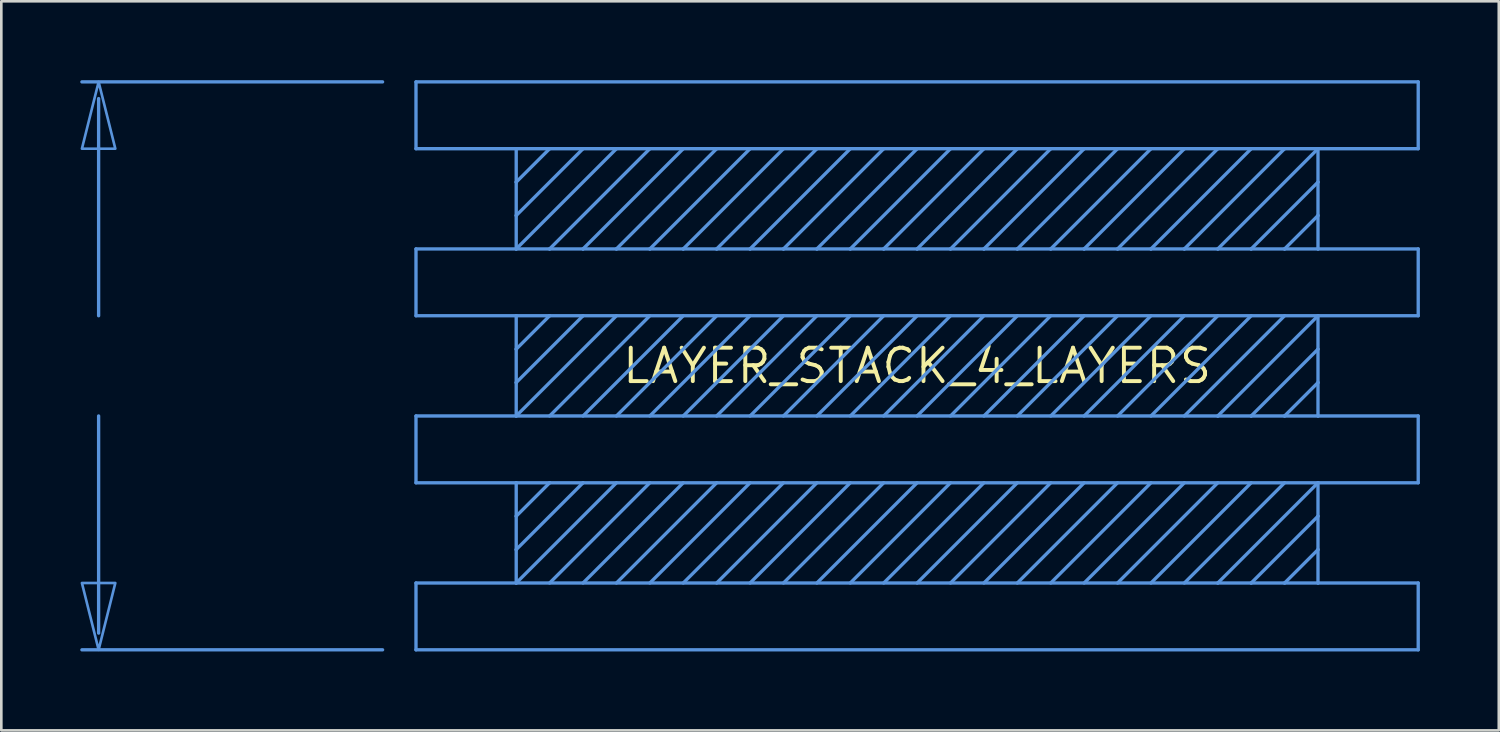
<source format=kicad_pcb>
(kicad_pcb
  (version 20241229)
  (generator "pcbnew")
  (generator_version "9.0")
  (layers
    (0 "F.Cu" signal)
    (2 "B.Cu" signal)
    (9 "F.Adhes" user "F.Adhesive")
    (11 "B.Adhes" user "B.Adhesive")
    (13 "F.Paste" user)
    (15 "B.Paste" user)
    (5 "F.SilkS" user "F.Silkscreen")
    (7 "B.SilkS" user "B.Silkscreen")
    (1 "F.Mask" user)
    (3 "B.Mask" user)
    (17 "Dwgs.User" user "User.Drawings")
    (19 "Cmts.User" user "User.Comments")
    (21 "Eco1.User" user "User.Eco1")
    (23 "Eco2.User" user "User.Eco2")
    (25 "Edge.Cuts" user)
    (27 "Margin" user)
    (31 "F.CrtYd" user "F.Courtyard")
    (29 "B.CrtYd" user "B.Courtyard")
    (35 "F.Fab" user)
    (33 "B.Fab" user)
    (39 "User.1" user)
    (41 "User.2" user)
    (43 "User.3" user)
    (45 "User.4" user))
  (footprint "LAYER_STACK_4_LAYERS"
    (layer "F.Cu")
    (at 31.814 10.858)
    (property "Reference" "LAYER_STACK_4_LAYERS" (at 0 0 0) (layer "F.SilkS") (effects (font (size 1.27 1.27) (thickness 0.15))))
    (attr through_hole)
    (fp_line (start -31.115 -10.16) (end -31.115 -1.905) (stroke (width 0.127) (type solid)) (layer "Cmts.User"))
    (fp_line (start -31.115 1.905) (end -31.115 10.16) (stroke (width 0.127) (type solid)) (layer "Cmts.User"))
    (fp_line (start -20.32 -10.795) (end -31.75 -10.795) (stroke (width 0.127) (type solid)) (layer "Cmts.User"))
    (fp_line (start -20.32 10.795) (end -31.75 10.795) (stroke (width 0.127) (type solid)) (layer "Cmts.User"))
    (fp_line (start -19.05 -10.795) (end -19.05 -8.255) (stroke (width 0.127) (type solid)) (layer "Cmts.User"))
    (fp_line (start -19.05 -8.255) (end -15.24 -8.255) (stroke (width 0.127) (type solid)) (layer "Cmts.User"))
    (fp_line (start -19.05 -4.445) (end -15.24 -4.445) (stroke (width 0.127) (type solid)) (layer "Cmts.User"))
    (fp_line (start -19.05 -1.905) (end -19.05 -4.445) (stroke (width 0.127) (type solid)) (layer "Cmts.User"))
    (fp_line (start -19.05 1.905) (end -19.05 4.445) (stroke (width 0.127) (type solid)) (layer "Cmts.User"))
    (fp_line (start -19.05 4.445) (end -15.24 4.445) (stroke (width 0.127) (type solid)) (layer "Cmts.User"))
    (fp_line (start -19.05 8.255) (end -15.24 8.255) (stroke (width 0.127) (type solid)) (layer "Cmts.User"))
    (fp_line (start -19.05 10.795) (end -19.05 8.255) (stroke (width 0.127) (type solid)) (layer "Cmts.User"))
    (fp_line (start -15.24 -8.255) (end -15.24 -6.985) (stroke (width 0.127) (type solid)) (layer "Cmts.User"))
    (fp_line (start -15.24 -6.985) (end -15.24 -5.715) (stroke (width 0.127) (type solid)) (layer "Cmts.User"))
    (fp_line (start -15.24 -6.985) (end -13.97 -8.255) (stroke (width 0.127) (type solid)) (layer "Cmts.User"))
    (fp_line (start -15.24 -5.715) (end -15.24 -4.445) (stroke (width 0.127) (type solid)) (layer "Cmts.User"))
    (fp_line (start -15.24 -5.715) (end -12.7 -8.255) (stroke (width 0.127) (type solid)) (layer "Cmts.User"))
    (fp_line (start -15.24 -4.445) (end -13.97 -4.445) (stroke (width 0.127) (type solid)) (layer "Cmts.User"))
    (fp_line (start -15.24 -4.445) (end -11.43 -8.255) (stroke (width 0.127) (type solid)) (layer "Cmts.User"))
    (fp_line (start -15.24 -1.905) (end -19.05 -1.905) (stroke (width 0.127) (type solid)) (layer "Cmts.User"))
    (fp_line (start -15.24 -0.635) (end -15.24 -1.905) (stroke (width 0.127) (type solid)) (layer "Cmts.User"))
    (fp_line (start -15.24 -0.635) (end -13.97 -1.905) (stroke (width 0.127) (type solid)) (layer "Cmts.User"))
    (fp_line (start -15.24 0.635) (end -15.24 -0.635) (stroke (width 0.127) (type solid)) (layer "Cmts.User"))
    (fp_line (start -15.24 0.635) (end -12.7 -1.905) (stroke (width 0.127) (type solid)) (layer "Cmts.User"))
    (fp_line (start -15.24 1.905) (end -19.05 1.905) (stroke (width 0.127) (type solid)) (layer "Cmts.User"))
    (fp_line (start -15.24 1.905) (end -15.24 0.635) (stroke (width 0.127) (type solid)) (layer "Cmts.User"))
    (fp_line (start -15.24 1.905) (end -11.43 -1.905) (stroke (width 0.127) (type solid)) (layer "Cmts.User"))
    (fp_line (start -15.24 4.445) (end -13.97 4.445) (stroke (width 0.127) (type solid)) (layer "Cmts.User"))
    (fp_line (start -15.24 5.715) (end -15.24 4.445) (stroke (width 0.127) (type solid)) (layer "Cmts.User"))
    (fp_line (start -15.24 5.715) (end -13.97 4.445) (stroke (width 0.127) (type solid)) (layer "Cmts.User"))
    (fp_line (start -15.24 6.985) (end -15.24 5.715) (stroke (width 0.127) (type solid)) (layer "Cmts.User"))
    (fp_line (start -15.24 6.985) (end -12.7 4.445) (stroke (width 0.127) (type solid)) (layer "Cmts.User"))
    (fp_line (start -15.24 8.255) (end -15.24 6.985) (stroke (width 0.127) (type solid)) (layer "Cmts.User"))
    (fp_line (start -15.24 8.255) (end -11.43 4.445) (stroke (width 0.127) (type solid)) (layer "Cmts.User"))
    (fp_line (start -13.97 -8.255) (end -15.24 -8.255) (stroke (width 0.127) (type solid)) (layer "Cmts.User"))
    (fp_line (start -13.97 -4.445) (end -12.7 -4.445) (stroke (width 0.127) (type solid)) (layer "Cmts.User"))
    (fp_line (start -13.97 -4.445) (end -10.16 -8.255) (stroke (width 0.127) (type solid)) (layer "Cmts.User"))
    (fp_line (start -13.97 -1.905) (end -15.24 -1.905) (stroke (width 0.127) (type solid)) (layer "Cmts.User"))
    (fp_line (start -13.97 1.905) (end -10.16 -1.905) (stroke (width 0.127) (type solid)) (layer "Cmts.User"))
    (fp_line (start -13.97 4.445) (end -12.7 4.445) (stroke (width 0.127) (type solid)) (layer "Cmts.User"))
    (fp_line (start -13.97 8.255) (end -10.16 4.445) (stroke (width 0.127) (type solid)) (layer "Cmts.User"))
    (fp_line (start -12.7 -8.255) (end -13.97 -8.255) (stroke (width 0.127) (type solid)) (layer "Cmts.User"))
    (fp_line (start -12.7 -4.445) (end -11.43 -4.445) (stroke (width 0.127) (type solid)) (layer "Cmts.User"))
    (fp_line (start -12.7 -4.445) (end -8.89 -8.255) (stroke (width 0.127) (type solid)) (layer "Cmts.User"))
    (fp_line (start -12.7 -1.905) (end -13.97 -1.905) (stroke (width 0.127) (type solid)) (layer "Cmts.User"))
    (fp_line (start -12.7 1.905) (end -8.89 -1.905) (stroke (width 0.127) (type solid)) (layer "Cmts.User"))
    (fp_line (start -12.7 4.445) (end 15.24 4.445) (stroke (width 0.127) (type solid)) (layer "Cmts.User"))
    (fp_line (start -12.7 8.255) (end -8.89 4.445) (stroke (width 0.127) (type solid)) (layer "Cmts.User"))
    (fp_line (start -11.43 -8.255) (end -12.7 -8.255) (stroke (width 0.127) (type solid)) (layer "Cmts.User"))
    (fp_line (start -11.43 -4.445) (end -10.16 -4.445) (stroke (width 0.127) (type solid)) (layer "Cmts.User"))
    (fp_line (start -11.43 -4.445) (end -7.62 -8.255) (stroke (width 0.127) (type solid)) (layer "Cmts.User"))
    (fp_line (start -11.43 1.905) (end -7.62 -1.905) (stroke (width 0.127) (type solid)) (layer "Cmts.User"))
    (fp_line (start -11.43 8.255) (end -7.62 4.445) (stroke (width 0.127) (type solid)) (layer "Cmts.User"))
    (fp_line (start -10.16 -8.255) (end -11.43 -8.255) (stroke (width 0.127) (type solid)) (layer "Cmts.User"))
    (fp_line (start -10.16 -4.445) (end -8.89 -4.445) (stroke (width 0.127) (type solid)) (layer "Cmts.User"))
    (fp_line (start -10.16 -4.445) (end -6.35 -8.255) (stroke (width 0.127) (type solid)) (layer "Cmts.User"))
    (fp_line (start -10.16 1.905) (end -6.35 -1.905) (stroke (width 0.127) (type solid)) (layer "Cmts.User"))
    (fp_line (start -10.16 8.255) (end -6.35 4.445) (stroke (width 0.127) (type solid)) (layer "Cmts.User"))
    (fp_line (start -8.89 -8.255) (end -10.16 -8.255) (stroke (width 0.127) (type solid)) (layer "Cmts.User"))
    (fp_line (start -8.89 -4.445) (end -7.62 -4.445) (stroke (width 0.127) (type solid)) (layer "Cmts.User"))
    (fp_line (start -8.89 -4.445) (end -5.08 -8.255) (stroke (width 0.127) (type solid)) (layer "Cmts.User"))
    (fp_line (start -8.89 1.905) (end -5.08 -1.905) (stroke (width 0.127) (type solid)) (layer "Cmts.User"))
    (fp_line (start -8.89 8.255) (end -5.08 4.445) (stroke (width 0.127) (type solid)) (layer "Cmts.User"))
    (fp_line (start -7.62 -8.255) (end -8.89 -8.255) (stroke (width 0.127) (type solid)) (layer "Cmts.User"))
    (fp_line (start -7.62 -4.445) (end -6.35 -4.445) (stroke (width 0.127) (type solid)) (layer "Cmts.User"))
    (fp_line (start -7.62 -4.445) (end -3.81 -8.255) (stroke (width 0.127) (type solid)) (layer "Cmts.User"))
    (fp_line (start -7.62 1.905) (end -3.81 -1.905) (stroke (width 0.127) (type solid)) (layer "Cmts.User"))
    (fp_line (start -7.62 8.255) (end -3.81 4.445) (stroke (width 0.127) (type solid)) (layer "Cmts.User"))
    (fp_line (start -6.35 -8.255) (end -7.62 -8.255) (stroke (width 0.127) (type solid)) (layer "Cmts.User"))
    (fp_line (start -6.35 -4.445) (end -5.08 -4.445) (stroke (width 0.127) (type solid)) (layer "Cmts.User"))
    (fp_line (start -6.35 -4.445) (end -2.54 -8.255) (stroke (width 0.127) (type solid)) (layer "Cmts.User"))
    (fp_line (start -6.35 1.905) (end -2.54 -1.905) (stroke (width 0.127) (type solid)) (layer "Cmts.User"))
    (fp_line (start -6.35 8.255) (end -2.54 4.445) (stroke (width 0.127) (type solid)) (layer "Cmts.User"))
    (fp_line (start -5.08 -8.255) (end -6.35 -8.255) (stroke (width 0.127) (type solid)) (layer "Cmts.User"))
    (fp_line (start -5.08 -4.445) (end -3.81 -4.445) (stroke (width 0.127) (type solid)) (layer "Cmts.User"))
    (fp_line (start -5.08 -4.445) (end -1.27 -8.255) (stroke (width 0.127) (type solid)) (layer "Cmts.User"))
    (fp_line (start -5.08 1.905) (end -1.27 -1.905) (stroke (width 0.127) (type solid)) (layer "Cmts.User"))
    (fp_line (start -5.08 8.255) (end -1.27 4.445) (stroke (width 0.127) (type solid)) (layer "Cmts.User"))
    (fp_line (start -3.81 -8.255) (end -5.08 -8.255) (stroke (width 0.127) (type solid)) (layer "Cmts.User"))
    (fp_line (start -3.81 -4.445) (end -2.54 -4.445) (stroke (width 0.127) (type solid)) (layer "Cmts.User"))
    (fp_line (start -3.81 -4.445) (end 0 -8.255) (stroke (width 0.127) (type solid)) (layer "Cmts.User"))
    (fp_line (start -3.81 1.905) (end 0 -1.905) (stroke (width 0.127) (type solid)) (layer "Cmts.User"))
    (fp_line (start -3.81 8.255) (end 0 4.445) (stroke (width 0.127) (type solid)) (layer "Cmts.User"))
    (fp_line (start -2.54 -8.255) (end -3.81 -8.255) (stroke (width 0.127) (type solid)) (layer "Cmts.User"))
    (fp_line (start -2.54 -4.445) (end -1.27 -4.445) (stroke (width 0.127) (type solid)) (layer "Cmts.User"))
    (fp_line (start -2.54 -4.445) (end 1.27 -8.255) (stroke (width 0.127) (type solid)) (layer "Cmts.User"))
    (fp_line (start -2.54 1.905) (end 1.27 -1.905) (stroke (width 0.127) (type solid)) (layer "Cmts.User"))
    (fp_line (start -2.54 8.255) (end 1.27 4.445) (stroke (width 0.127) (type solid)) (layer "Cmts.User"))
    (fp_line (start -1.27 -8.255) (end -2.54 -8.255) (stroke (width 0.127) (type solid)) (layer "Cmts.User"))
    (fp_line (start -1.27 -4.445) (end 0 -4.445) (stroke (width 0.127) (type solid)) (layer "Cmts.User"))
    (fp_line (start -1.27 -4.445) (end 2.54 -8.255) (stroke (width 0.127) (type solid)) (layer "Cmts.User"))
    (fp_line (start -1.27 1.905) (end 2.54 -1.905) (stroke (width 0.127) (type solid)) (layer "Cmts.User"))
    (fp_line (start -1.27 8.255) (end 2.54 4.445) (stroke (width 0.127) (type solid)) (layer "Cmts.User"))
    (fp_line (start 0 -8.255) (end -1.27 -8.255) (stroke (width 0.127) (type solid)) (layer "Cmts.User"))
    (fp_line (start 0 -4.445) (end 1.27 -4.445) (stroke (width 0.127) (type solid)) (layer "Cmts.User"))
    (fp_line (start 0 -4.445) (end 3.81 -8.255) (stroke (width 0.127) (type solid)) (layer "Cmts.User"))
    (fp_line (start 0 1.905) (end 3.81 -1.905) (stroke (width 0.127) (type solid)) (layer "Cmts.User"))
    (fp_line (start 0 8.255) (end 3.81 4.445) (stroke (width 0.127) (type solid)) (layer "Cmts.User"))
    (fp_line (start 1.27 -8.255) (end 0 -8.255) (stroke (width 0.127) (type solid)) (layer "Cmts.User"))
    (fp_line (start 1.27 -4.445) (end 2.54 -4.445) (stroke (width 0.127) (type solid)) (layer "Cmts.User"))
    (fp_line (start 1.27 -4.445) (end 5.08 -8.255) (stroke (width 0.127) (type solid)) (layer "Cmts.User"))
    (fp_line (start 1.27 1.905) (end 5.08 -1.905) (stroke (width 0.127) (type solid)) (layer "Cmts.User"))
    (fp_line (start 1.27 8.255) (end 5.08 4.445) (stroke (width 0.127) (type solid)) (layer "Cmts.User"))
    (fp_line (start 2.54 -8.255) (end 1.27 -8.255) (stroke (width 0.127) (type solid)) (layer "Cmts.User"))
    (fp_line (start 2.54 -4.445) (end 3.81 -4.445) (stroke (width 0.127) (type solid)) (layer "Cmts.User"))
    (fp_line (start 2.54 -4.445) (end 6.35 -8.255) (stroke (width 0.127) (type solid)) (layer "Cmts.User"))
    (fp_line (start 2.54 1.905) (end 6.35 -1.905) (stroke (width 0.127) (type solid)) (layer "Cmts.User"))
    (fp_line (start 2.54 8.255) (end 6.35 4.445) (stroke (width 0.127) (type solid)) (layer "Cmts.User"))
    (fp_line (start 3.81 -8.255) (end 2.54 -8.255) (stroke (width 0.127) (type solid)) (layer "Cmts.User"))
    (fp_line (start 3.81 -4.445) (end 5.08 -4.445) (stroke (width 0.127) (type solid)) (layer "Cmts.User"))
    (fp_line (start 3.81 -4.445) (end 7.62 -8.255) (stroke (width 0.127) (type solid)) (layer "Cmts.User"))
    (fp_line (start 3.81 1.905) (end 7.62 -1.905) (stroke (width 0.127) (type solid)) (layer "Cmts.User"))
    (fp_line (start 3.81 8.255) (end 7.62 4.445) (stroke (width 0.127) (type solid)) (layer "Cmts.User"))
    (fp_line (start 5.08 -8.255) (end 3.81 -8.255) (stroke (width 0.127) (type solid)) (layer "Cmts.User"))
    (fp_line (start 5.08 -4.445) (end 6.35 -4.445) (stroke (width 0.127) (type solid)) (layer "Cmts.User"))
    (fp_line (start 5.08 -4.445) (end 8.89 -8.255) (stroke (width 0.127) (type solid)) (layer "Cmts.User"))
    (fp_line (start 5.08 1.905) (end 8.89 -1.905) (stroke (width 0.127) (type solid)) (layer "Cmts.User"))
    (fp_line (start 5.08 8.255) (end 8.89 4.445) (stroke (width 0.127) (type solid)) (layer "Cmts.User"))
    (fp_line (start 6.35 -8.255) (end 5.08 -8.255) (stroke (width 0.127) (type solid)) (layer "Cmts.User"))
    (fp_line (start 6.35 -4.445) (end 7.62 -4.445) (stroke (width 0.127) (type solid)) (layer "Cmts.User"))
    (fp_line (start 6.35 -4.445) (end 10.16 -8.255) (stroke (width 0.127) (type solid)) (layer "Cmts.User"))
    (fp_line (start 6.35 1.905) (end 10.16 -1.905) (stroke (width 0.127) (type solid)) (layer "Cmts.User"))
    (fp_line (start 6.35 8.255) (end 10.16 4.445) (stroke (width 0.127) (type solid)) (layer "Cmts.User"))
    (fp_line (start 7.62 -8.255) (end 6.35 -8.255) (stroke (width 0.127) (type solid)) (layer "Cmts.User"))
    (fp_line (start 7.62 -4.445) (end 8.89 -4.445) (stroke (width 0.127) (type solid)) (layer "Cmts.User"))
    (fp_line (start 7.62 -4.445) (end 11.43 -8.255) (stroke (width 0.127) (type solid)) (layer "Cmts.User"))
    (fp_line (start 7.62 1.905) (end 11.43 -1.905) (stroke (width 0.127) (type solid)) (layer "Cmts.User"))
    (fp_line (start 7.62 8.255) (end 11.43 4.445) (stroke (width 0.127) (type solid)) (layer "Cmts.User"))
    (fp_line (start 8.89 -8.255) (end 7.62 -8.255) (stroke (width 0.127) (type solid)) (layer "Cmts.User"))
    (fp_line (start 8.89 -4.445) (end 10.16 -4.445) (stroke (width 0.127) (type solid)) (layer "Cmts.User"))
    (fp_line (start 8.89 -4.445) (end 12.7 -8.255) (stroke (width 0.127) (type solid)) (layer "Cmts.User"))
    (fp_line (start 8.89 1.905) (end 12.7 -1.905) (stroke (width 0.127) (type solid)) (layer "Cmts.User"))
    (fp_line (start 8.89 8.255) (end 12.7 4.445) (stroke (width 0.127) (type solid)) (layer "Cmts.User"))
    (fp_line (start 10.16 -8.255) (end 8.89 -8.255) (stroke (width 0.127) (type solid)) (layer "Cmts.User"))
    (fp_line (start 10.16 -4.445) (end 11.43 -4.445) (stroke (width 0.127) (type solid)) (layer "Cmts.User"))
    (fp_line (start 10.16 -4.445) (end 13.97 -8.255) (stroke (width 0.127) (type solid)) (layer "Cmts.User"))
    (fp_line (start 10.16 1.905) (end 13.97 -1.905) (stroke (width 0.127) (type solid)) (layer "Cmts.User"))
    (fp_line (start 10.16 8.255) (end 13.97 4.445) (stroke (width 0.127) (type solid)) (layer "Cmts.User"))
    (fp_line (start 11.43 -8.255) (end 10.16 -8.255) (stroke (width 0.127) (type solid)) (layer "Cmts.User"))
    (fp_line (start 11.43 -4.445) (end 12.7 -4.445) (stroke (width 0.127) (type solid)) (layer "Cmts.User"))
    (fp_line (start 11.43 -4.445) (end 15.24 -8.255) (stroke (width 0.127) (type solid)) (layer "Cmts.User"))
    (fp_line (start 11.43 1.905) (end -15.24 1.905) (stroke (width 0.127) (type solid)) (layer "Cmts.User"))
    (fp_line (start 11.43 1.905) (end 15.24 -1.905) (stroke (width 0.127) (type solid)) (layer "Cmts.User"))
    (fp_line (start 11.43 8.255) (end -15.24 8.255) (stroke (width 0.127) (type solid)) (layer "Cmts.User"))
    (fp_line (start 11.43 8.255) (end 15.24 4.445) (stroke (width 0.127) (type solid)) (layer "Cmts.User"))
    (fp_line (start 12.7 -8.255) (end 11.43 -8.255) (stroke (width 0.127) (type solid)) (layer "Cmts.User"))
    (fp_line (start 12.7 -4.445) (end 13.97 -4.445) (stroke (width 0.127) (type solid)) (layer "Cmts.User"))
    (fp_line (start 12.7 -4.445) (end 15.24 -6.985) (stroke (width 0.127) (type solid)) (layer "Cmts.User"))
    (fp_line (start 12.7 1.905) (end 11.43 1.905) (stroke (width 0.127) (type solid)) (layer "Cmts.User"))
    (fp_line (start 12.7 1.905) (end 15.24 -0.635) (stroke (width 0.127) (type solid)) (layer "Cmts.User"))
    (fp_line (start 12.7 8.255) (end 11.43 8.255) (stroke (width 0.127) (type solid)) (layer "Cmts.User"))
    (fp_line (start 12.7 8.255) (end 15.24 5.715) (stroke (width 0.127) (type solid)) (layer "Cmts.User"))
    (fp_line (start 13.97 -8.255) (end 12.7 -8.255) (stroke (width 0.127) (type solid)) (layer "Cmts.User"))
    (fp_line (start 13.97 -4.445) (end 15.24 -5.715) (stroke (width 0.127) (type solid)) (layer "Cmts.User"))
    (fp_line (start 13.97 -4.445) (end 15.24 -4.445) (stroke (width 0.127) (type solid)) (layer "Cmts.User"))
    (fp_line (start 13.97 1.905) (end 12.7 1.905) (stroke (width 0.127) (type solid)) (layer "Cmts.User"))
    (fp_line (start 13.97 1.905) (end 15.24 0.635) (stroke (width 0.127) (type solid)) (layer "Cmts.User"))
    (fp_line (start 13.97 8.255) (end 12.7 8.255) (stroke (width 0.127) (type solid)) (layer "Cmts.User"))
    (fp_line (start 13.97 8.255) (end 15.24 6.985) (stroke (width 0.127) (type solid)) (layer "Cmts.User"))
    (fp_line (start 15.24 -8.255) (end 13.97 -8.255) (stroke (width 0.127) (type solid)) (layer "Cmts.User"))
    (fp_line (start 15.24 -8.255) (end 19.05 -8.255) (stroke (width 0.127) (type solid)) (layer "Cmts.User"))
    (fp_line (start 15.24 -6.985) (end 15.24 -8.255) (stroke (width 0.127) (type solid)) (layer "Cmts.User"))
    (fp_line (start 15.24 -5.715) (end 15.24 -6.985) (stroke (width 0.127) (type solid)) (layer "Cmts.User"))
    (fp_line (start 15.24 -4.445) (end 15.24 -5.715) (stroke (width 0.127) (type solid)) (layer "Cmts.User"))
    (fp_line (start 15.24 -4.445) (end 19.05 -4.445) (stroke (width 0.127) (type solid)) (layer "Cmts.User"))
    (fp_line (start 15.24 -1.905) (end -12.7 -1.905) (stroke (width 0.127) (type solid)) (layer "Cmts.User"))
    (fp_line (start 15.24 -1.905) (end 15.24 -0.635) (stroke (width 0.127) (type solid)) (layer "Cmts.User"))
    (fp_line (start 15.24 -0.635) (end 15.24 0.635) (stroke (width 0.127) (type solid)) (layer "Cmts.User"))
    (fp_line (start 15.24 0.635) (end 15.24 1.905) (stroke (width 0.127) (type solid)) (layer "Cmts.User"))
    (fp_line (start 15.24 1.905) (end 13.97 1.905) (stroke (width 0.127) (type solid)) (layer "Cmts.User"))
    (fp_line (start 15.24 4.445) (end 15.24 5.715) (stroke (width 0.127) (type solid)) (layer "Cmts.User"))
    (fp_line (start 15.24 4.445) (end 19.05 4.445) (stroke (width 0.127) (type solid)) (layer "Cmts.User"))
    (fp_line (start 15.24 5.715) (end 15.24 6.985) (stroke (width 0.127) (type solid)) (layer "Cmts.User"))
    (fp_line (start 15.24 6.985) (end 15.24 8.255) (stroke (width 0.127) (type solid)) (layer "Cmts.User"))
    (fp_line (start 15.24 8.255) (end 13.97 8.255) (stroke (width 0.127) (type solid)) (layer "Cmts.User"))
    (fp_line (start 15.24 8.255) (end 19.05 8.255) (stroke (width 0.127) (type solid)) (layer "Cmts.User"))
    (fp_line (start 19.05 -10.795) (end -19.05 -10.795) (stroke (width 0.127) (type solid)) (layer "Cmts.User"))
    (fp_line (start 19.05 -8.255) (end 19.05 -10.795) (stroke (width 0.127) (type solid)) (layer "Cmts.User"))
    (fp_line (start 19.05 -4.445) (end 19.05 -1.905) (stroke (width 0.127) (type solid)) (layer "Cmts.User"))
    (fp_line (start 19.05 -1.905) (end 15.24 -1.905) (stroke (width 0.127) (type solid)) (layer "Cmts.User"))
    (fp_line (start 19.05 1.905) (end 15.24 1.905) (stroke (width 0.127) (type solid)) (layer "Cmts.User"))
    (fp_line (start 19.05 4.445) (end 19.05 1.905) (stroke (width 0.127) (type solid)) (layer "Cmts.User"))
    (fp_line (start 19.05 8.255) (end 19.05 10.795) (stroke (width 0.127) (type solid)) (layer "Cmts.User"))
    (fp_line (start 19.05 10.795) (end -19.05 10.795) (stroke (width 0.127) (type solid)) (layer "Cmts.User"))
    (fp_poly (pts (xy -31.115 -10.795) (xy -31.75 -8.255) (xy -30.48 -8.255)) (stroke (width 0.1) (type solid)) (fill no) (layer "Cmts.User"))
    (fp_poly (pts (xy -31.115 10.795) (xy -31.75 8.255) (xy -30.48 8.255)) (stroke (width 0.1) (type solid)) (fill no) (layer "Cmts.User")))
  (gr_rect
    (start -3 -3)
    (end 53.927 24.717)
    (stroke (width 0.1) (type default))
    (fill no)
    (layer "Edge.Cuts")))
</source>
